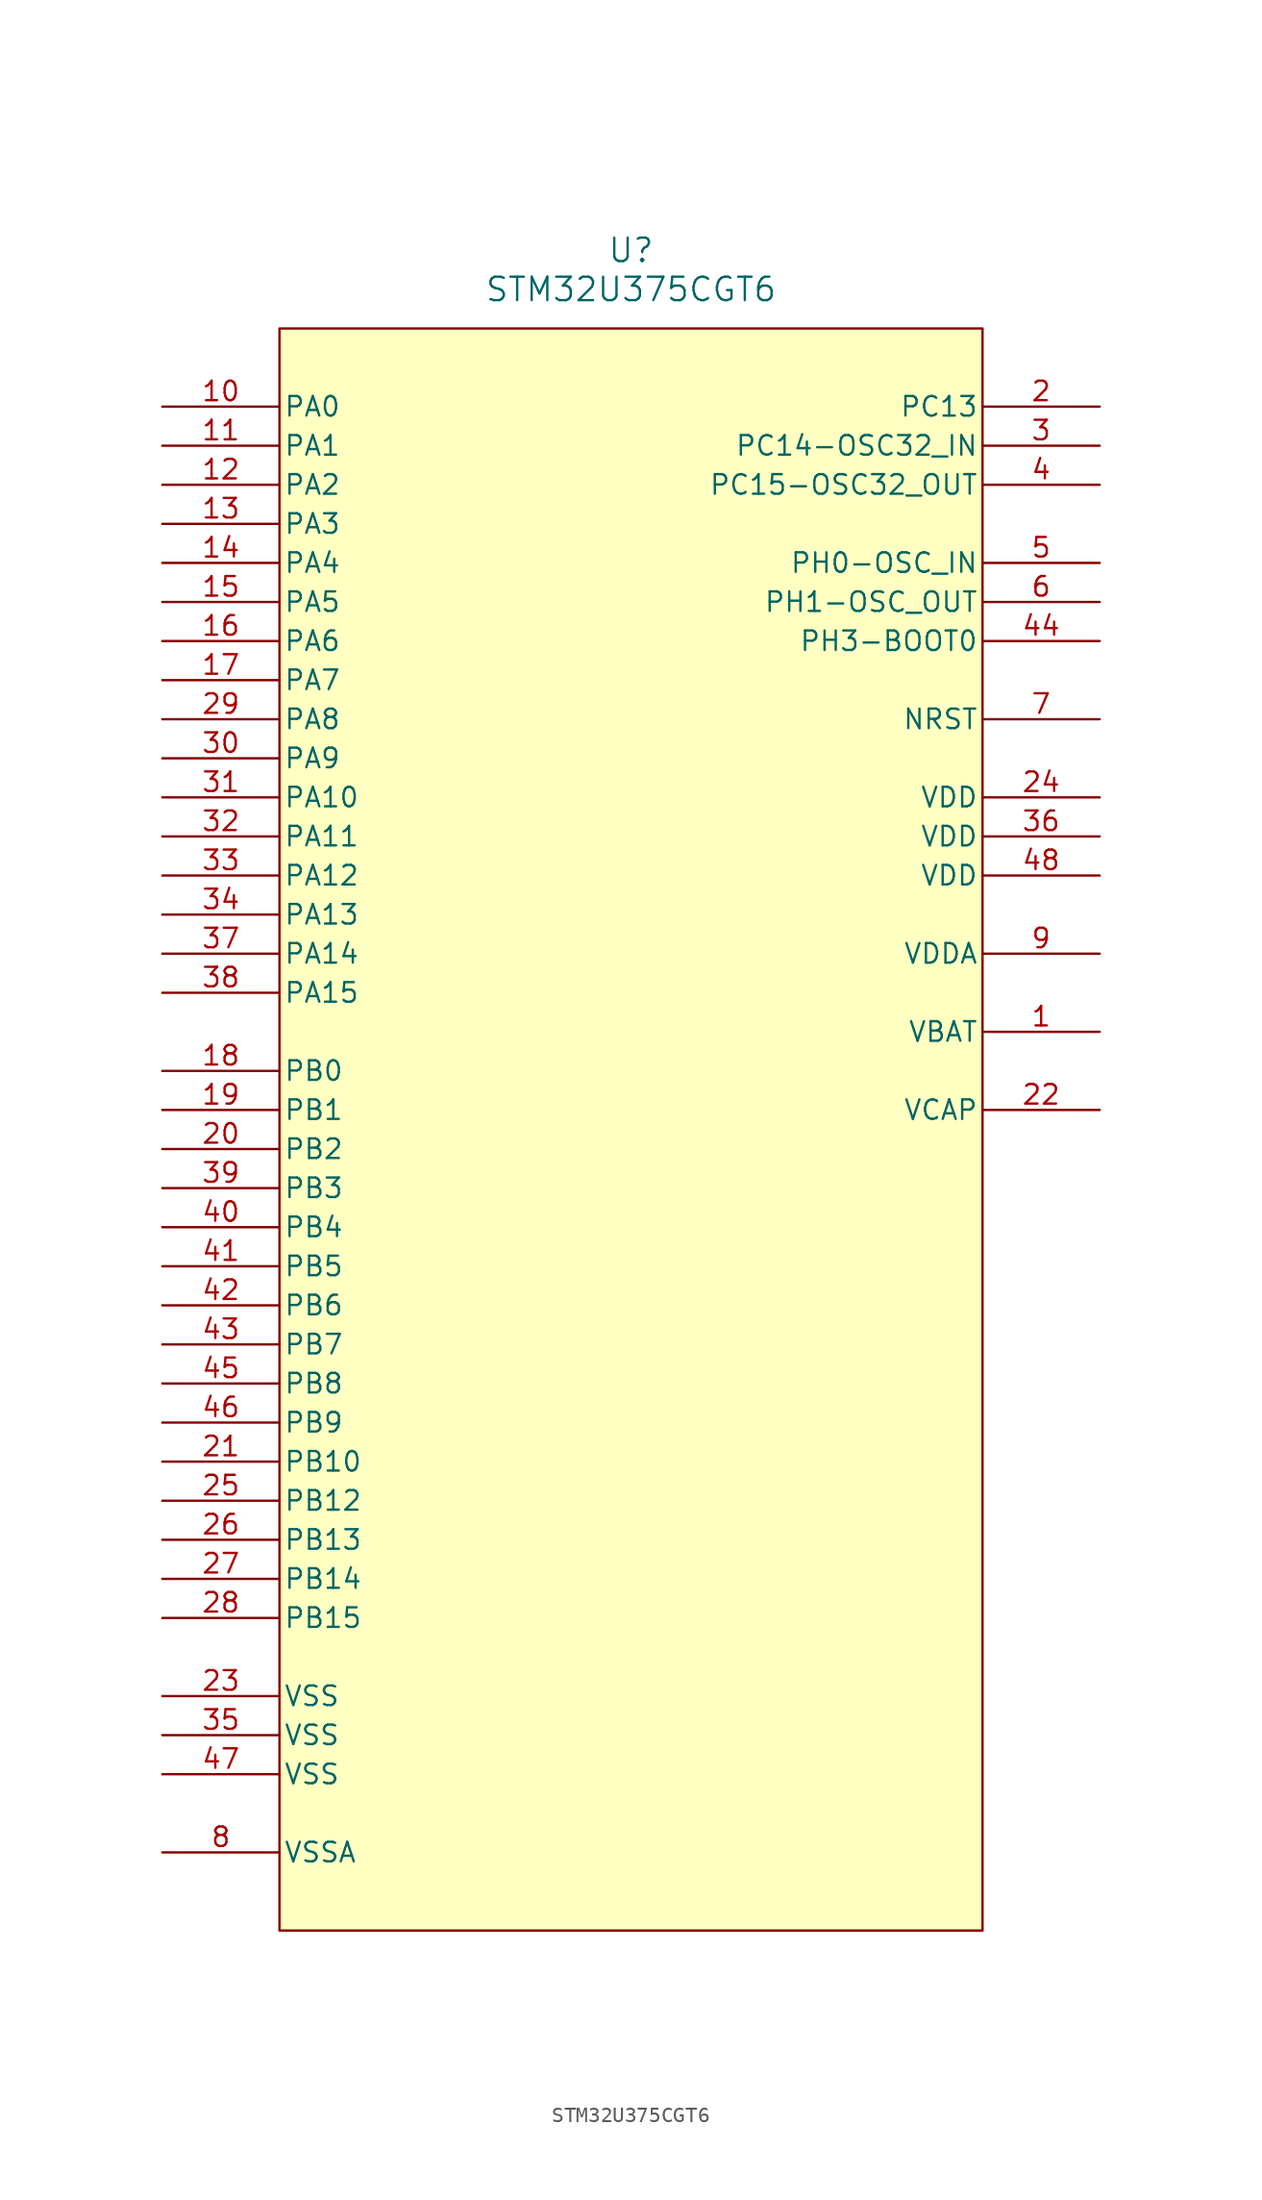
<source format=kicad_sym>
(kicad_symbol_lib
  (version 20241209)
  (generator "kicad_symbol_editor")
  (generator_version "9.0")
  (symbol "STM32U375CGT6"
    (pin_names
      (offset 0.254))
    (property "Reference" "U"
      (at 0 55.88 0)
      (effects (font (size 1.524 1.524))))
    (property "Value" "STM32U375CGT6"
      (at 0 53.34 0)
      (effects (font (size 1.524 1.524))))
    (property "ki_locked" ""
      (at 0 0 0)
      (effects (font (size 1.27 1.27))))
    (symbol "STM32U375CGT6_0_1"
      (pin bidirectional line (at -30.48 45.72 0) (length 7.62) (name "PA0" (effects (font (size 1.27 1.27)))) (number "10" (effects (font (size 1.27 1.27)))))
      (pin bidirectional line (at -30.48 43.18 0) (length 7.62) (name "PA1" (effects (font (size 1.27 1.27)))) (number "11" (effects (font (size 1.27 1.27)))))
      (pin bidirectional line (at -30.48 40.64 0) (length 7.62) (name "PA2" (effects (font (size 1.27 1.27)))) (number "12" (effects (font (size 1.27 1.27)))))
      (pin bidirectional line (at -30.48 38.1 0) (length 7.62) (name "PA3" (effects (font (size 1.27 1.27)))) (number "13" (effects (font (size 1.27 1.27)))))
      (pin bidirectional line (at -30.48 35.56 0) (length 7.62) (name "PA4" (effects (font (size 1.27 1.27)))) (number "14" (effects (font (size 1.27 1.27)))))
      (pin bidirectional line (at -30.48 33.02 0) (length 7.62) (name "PA5" (effects (font (size 1.27 1.27)))) (number "15" (effects (font (size 1.27 1.27)))))
      (pin bidirectional line (at -30.48 30.48 0) (length 7.62) (name "PA6" (effects (font (size 1.27 1.27)))) (number "16" (effects (font (size 1.27 1.27)))))
      (pin bidirectional line (at -30.48 27.94 0) (length 7.62) (name "PA7" (effects (font (size 1.27 1.27)))) (number "17" (effects (font (size 1.27 1.27)))))
      (pin bidirectional line (at -30.48 25.4 0) (length 7.62) (name "PA8" (effects (font (size 1.27 1.27)))) (number "29" (effects (font (size 1.27 1.27)))))
      (pin bidirectional line (at -30.48 22.86 0) (length 7.62) (name "PA9" (effects (font (size 1.27 1.27)))) (number "30" (effects (font (size 1.27 1.27)))))
      (pin bidirectional line (at -30.48 20.32 0) (length 7.62) (name "PA10" (effects (font (size 1.27 1.27)))) (number "31" (effects (font (size 1.27 1.27)))))
      (pin bidirectional line (at -30.48 17.78 0) (length 7.62) (name "PA11" (effects (font (size 1.27 1.27)))) (number "32" (effects (font (size 1.27 1.27)))))
      (pin bidirectional line (at -30.48 15.24 0) (length 7.62) (name "PA12" (effects (font (size 1.27 1.27)))) (number "33" (effects (font (size 1.27 1.27)))))
      (pin bidirectional line (at -30.48 12.7 0) (length 7.62) (name "PA13" (effects (font (size 1.27 1.27)))) (number "34" (effects (font (size 1.27 1.27)))))
      (pin bidirectional line (at -30.48 10.16 0) (length 7.62) (name "PA14" (effects (font (size 1.27 1.27)))) (number "37" (effects (font (size 1.27 1.27)))))
      (pin bidirectional line (at -30.48 7.62 0) (length 7.62) (name "PA15" (effects (font (size 1.27 1.27)))) (number "38" (effects (font (size 1.27 1.27)))))
      (pin bidirectional line (at -30.48 2.54 0) (length 7.62) (name "PB0" (effects (font (size 1.27 1.27)))) (number "18" (effects (font (size 1.27 1.27)))))
      (pin bidirectional line (at -30.48 0 0) (length 7.62) (name "PB1" (effects (font (size 1.27 1.27)))) (number "19" (effects (font (size 1.27 1.27)))))
      (pin bidirectional line (at -30.48 -2.54 0) (length 7.62) (name "PB2" (effects (font (size 1.27 1.27)))) (number "20" (effects (font (size 1.27 1.27)))))
      (pin bidirectional line (at -30.48 -5.08 0) (length 7.62) (name "PB3" (effects (font (size 1.27 1.27)))) (number "39" (effects (font (size 1.27 1.27)))))
      (pin bidirectional line (at -30.48 -7.62 0) (length 7.62) (name "PB4" (effects (font (size 1.27 1.27)))) (number "40" (effects (font (size 1.27 1.27)))))
      (pin bidirectional line (at -30.48 -10.16 0) (length 7.62) (name "PB5" (effects (font (size 1.27 1.27)))) (number "41" (effects (font (size 1.27 1.27)))))
      (pin bidirectional line (at -30.48 -12.7 0) (length 7.62) (name "PB6" (effects (font (size 1.27 1.27)))) (number "42" (effects (font (size 1.27 1.27)))))
      (pin bidirectional line (at -30.48 -15.24 0) (length 7.62) (name "PB7" (effects (font (size 1.27 1.27)))) (number "43" (effects (font (size 1.27 1.27)))))
      (pin bidirectional line (at -30.48 -17.78 0) (length 7.62) (name "PB8" (effects (font (size 1.27 1.27)))) (number "45" (effects (font (size 1.27 1.27)))))
      (pin bidirectional line (at -30.48 -20.32 0) (length 7.62) (name "PB9" (effects (font (size 1.27 1.27)))) (number "46" (effects (font (size 1.27 1.27)))))
      (pin bidirectional line (at -30.48 -22.86 0) (length 7.62) (name "PB10" (effects (font (size 1.27 1.27)))) (number "21" (effects (font (size 1.27 1.27)))))
      (pin bidirectional line (at -30.48 -25.4 0) (length 7.62) (name "PB12" (effects (font (size 1.27 1.27)))) (number "25" (effects (font (size 1.27 1.27)))))
      (pin bidirectional line (at -30.48 -27.94 0) (length 7.62) (name "PB13" (effects (font (size 1.27 1.27)))) (number "26" (effects (font (size 1.27 1.27)))))
      (pin bidirectional line (at -30.48 -30.48 0) (length 7.62) (name "PB14" (effects (font (size 1.27 1.27)))) (number "27" (effects (font (size 1.27 1.27)))))
      (pin bidirectional line (at -30.48 -33.02 0) (length 7.62) (name "PB15" (effects (font (size 1.27 1.27)))) (number "28" (effects (font (size 1.27 1.27)))))
      (pin power_in line (at -30.48 -38.1 0) (length 7.62) (name "VSS" (effects (font (size 1.27 1.27)))) (number "23" (effects (font (size 1.27 1.27)))))
      (pin power_in line (at -30.48 -40.64 0) (length 7.62) (name "VSS" (effects (font (size 1.27 1.27)))) (number "35" (effects (font (size 1.27 1.27)))))
      (pin power_in line (at -30.48 -43.18 0) (length 7.62) (name "VSS" (effects (font (size 1.27 1.27)))) (number "47" (effects (font (size 1.27 1.27)))))
      (pin power_in line (at -30.48 -48.26 0) (length 7.62) (name "VSSA" (effects (font (size 1.27 1.27)))) (number "8" (effects (font (size 1.27 1.27)))))
      (pin bidirectional line (at 30.48 45.72 180) (length 7.62) (name "PC13" (effects (font (size 1.27 1.27)))) (number "2" (effects (font (size 1.27 1.27)))))
      (pin bidirectional line (at 30.48 43.18 180) (length 7.62) (name "PC14-OSC32_IN" (effects (font (size 1.27 1.27)))) (number "3" (effects (font (size 1.27 1.27)))))
      (pin bidirectional line (at 30.48 40.64 180) (length 7.62) (name "PC15-OSC32_OUT" (effects (font (size 1.27 1.27)))) (number "4" (effects (font (size 1.27 1.27)))))
      (pin bidirectional line (at 30.48 35.56 180) (length 7.62) (name "PH0-OSC_IN" (effects (font (size 1.27 1.27)))) (number "5" (effects (font (size 1.27 1.27)))))
      (pin bidirectional line (at 30.48 33.02 180) (length 7.62) (name "PH1-OSC_OUT" (effects (font (size 1.27 1.27)))) (number "6" (effects (font (size 1.27 1.27)))))
      (pin bidirectional line (at 30.48 30.48 180) (length 7.62) (name "PH3-BOOT0" (effects (font (size 1.27 1.27)))) (number "44" (effects (font (size 1.27 1.27)))))
      (pin bidirectional line (at 30.48 25.4 180) (length 7.62) (name "NRST" (effects (font (size 1.27 1.27)))) (number "7" (effects (font (size 1.27 1.27)))))
      (pin power_in line (at 30.48 20.32 180) (length 7.62) (name "VDD" (effects (font (size 1.27 1.27)))) (number "24" (effects (font (size 1.27 1.27)))))
      (pin power_in line (at 30.48 17.78 180) (length 7.62) (name "VDD" (effects (font (size 1.27 1.27)))) (number "36" (effects (font (size 1.27 1.27)))))
      (pin power_in line (at 30.48 15.24 180) (length 7.62) (name "VDD" (effects (font (size 1.27 1.27)))) (number "48" (effects (font (size 1.27 1.27)))))
      (pin power_in line (at 30.48 10.16 180) (length 7.62) (name "VDDA" (effects (font (size 1.27 1.27)))) (number "9" (effects (font (size 1.27 1.27)))))
      (pin power_in line (at 30.48 5.08 180) (length 7.62) (name "VBAT" (effects (font (size 1.27 1.27)))) (number "1" (effects (font (size 1.27 1.27))))))
    (symbol "STM32U375CGT6_1_1"
      (rectangle (start -22.86 50.8) (end 22.86 -53.34) (stroke (width 0) (type solid)) (fill (type background)))
      (pin bidirectional line (at 30.48 0 180) (length 7.62) (name "VCAP" (effects (font (size 1.27 1.27)))) (number "22" (effects (font (size 1.27 1.27))))))))
</source>
